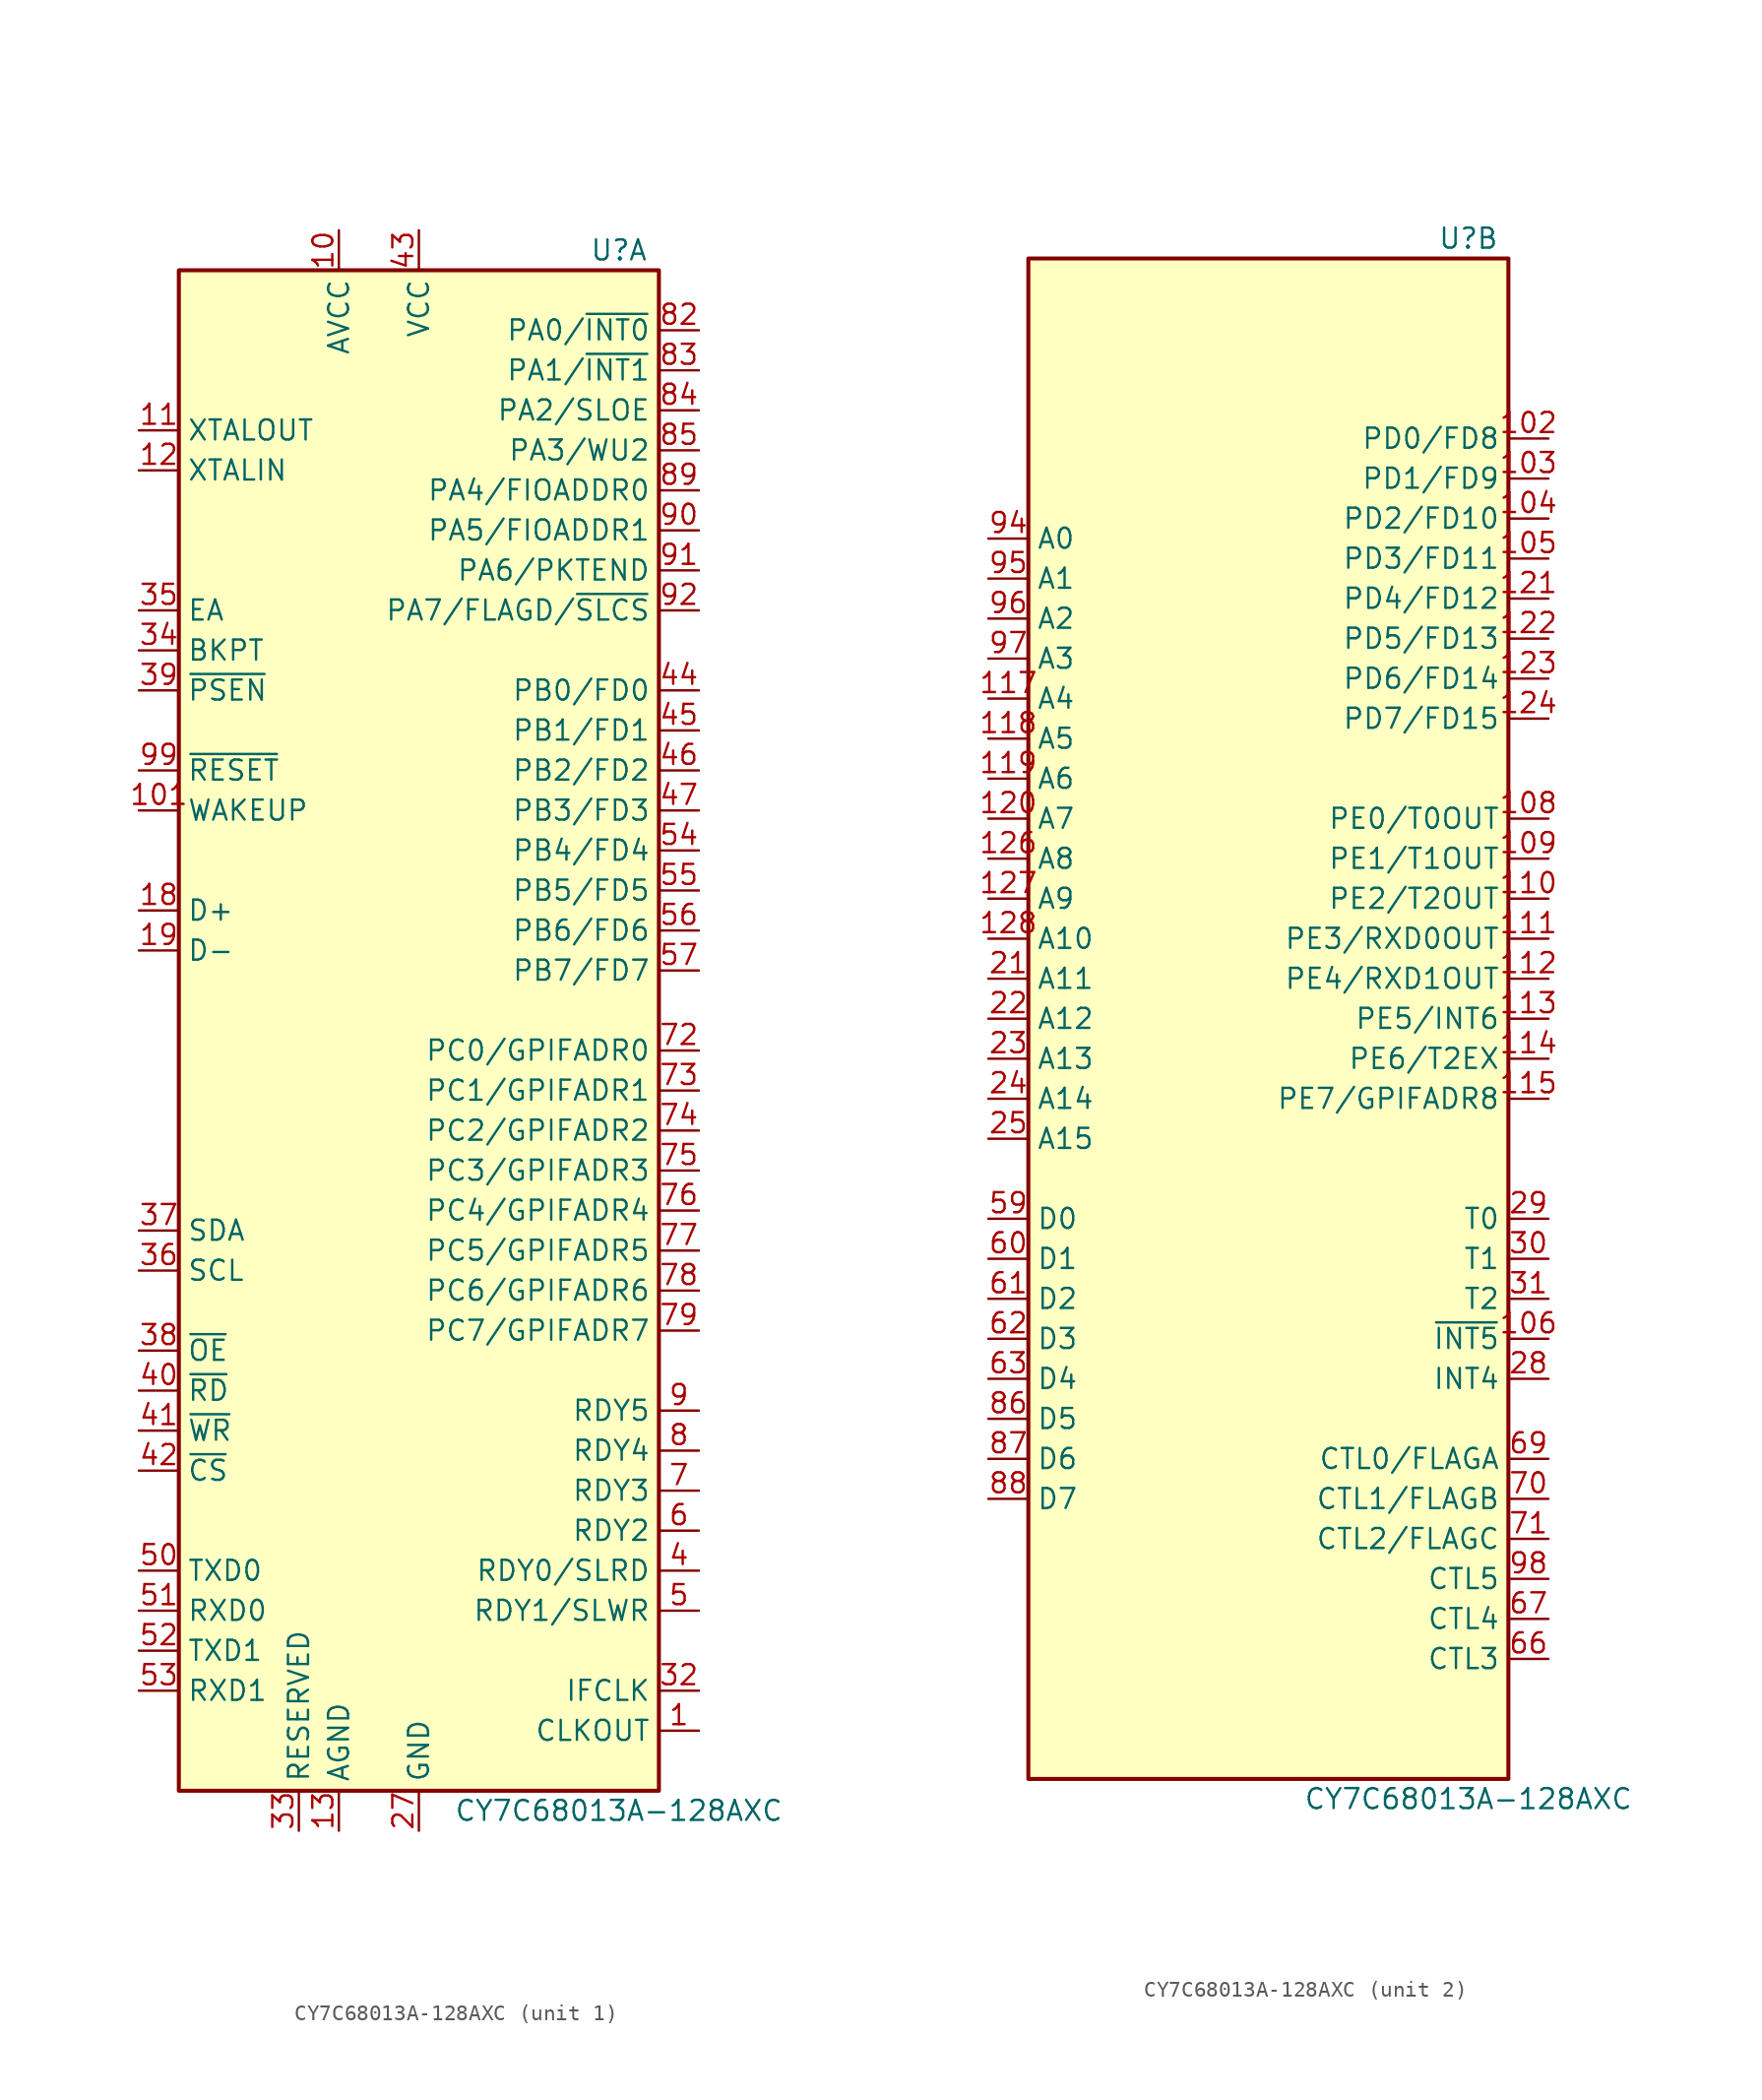
<source format=kicad_sym>
(kicad_symbol_lib
  (version 20220914)
  (generator kicad_symbol_editor)
  (symbol "CY7C68013A-128AXC"
    (property "Reference" "U"
      (at 11.43 50.8 0)
      (effects (font (size 1.27 1.27))))
    (property "Value" "CY7C68013A-128AXC"
      (at 11.43 -48.26 0)
      (effects (font (size 1.27 1.27))))
    (property "ki_locked" ""
      (at 0 0 0)
      (effects (font (size 1.27 1.27))))
    (symbol "CY7C68013A-128AXC_0_1"
      (rectangle (start -16.51 49.53) (end 13.97 -46.99) (stroke (width 0.254) (type default)) (fill (type background))))
    (symbol "CY7C68013A-128AXC_1_0"
      (pin power_in line (at -1.27 52.07 270) (length 2.54) hide (name "VCC" (effects (font (size 1.27 1.27)))) (number "100" (effects (font (size 1.27 1.27)))))
      (pin power_in line (at -1.27 52.07 270) (length 2.54) hide (name "VCC" (effects (font (size 1.27 1.27)))) (number "107" (effects (font (size 1.27 1.27)))))
      (pin passive line (at -1.27 -49.53 90) (length 2.54) hide (name "GND" (effects (font (size 1.27 1.27)))) (number "116" (effects (font (size 1.27 1.27)))))
      (pin passive line (at -1.27 -49.53 90) (length 2.54) hide (name "GND" (effects (font (size 1.27 1.27)))) (number "125" (effects (font (size 1.27 1.27)))))
      (pin no_connect line (at -19.05 1.27 0) (length 2.54) hide (name "NC" (effects (font (size 1.27 1.27)))) (number "14" (effects (font (size 1.27 1.27)))))
      (pin no_connect line (at -19.05 -1.27 0) (length 2.54) hide (name "NC" (effects (font (size 1.27 1.27)))) (number "15" (effects (font (size 1.27 1.27)))))
      (pin no_connect line (at -19.05 -3.81 0) (length 2.54) hide (name "NC" (effects (font (size 1.27 1.27)))) (number "16" (effects (font (size 1.27 1.27)))))
      (pin passive line (at -8.89 -49.53 90) (length 2.54) (name "RESERVED" (effects (font (size 1.27 1.27)))) (number "33" (effects (font (size 1.27 1.27)))))
      (pin output line (at -19.05 25.4 0) (length 2.54) (name "BKPT" (effects (font (size 1.27 1.27)))) (number "34" (effects (font (size 1.27 1.27)))))
      (pin input line (at -19.05 27.94 0) (length 2.54) (name "EA" (effects (font (size 1.27 1.27)))) (number "35" (effects (font (size 1.27 1.27)))))
      (pin output line (at -19.05 -19.05 0) (length 2.54) (name "~{OE}" (effects (font (size 1.27 1.27)))) (number "38" (effects (font (size 1.27 1.27)))))
      (pin output line (at -19.05 22.86 0) (length 2.54) (name "~{PSEN}" (effects (font (size 1.27 1.27)))) (number "39" (effects (font (size 1.27 1.27)))))
      (pin output line (at -19.05 -21.59 0) (length 2.54) (name "~{RD}" (effects (font (size 1.27 1.27)))) (number "40" (effects (font (size 1.27 1.27)))))
      (pin output line (at -19.05 -24.13 0) (length 2.54) (name "~{WR}" (effects (font (size 1.27 1.27)))) (number "41" (effects (font (size 1.27 1.27)))))
      (pin output line (at -19.05 -26.67 0) (length 2.54) (name "~{CS}" (effects (font (size 1.27 1.27)))) (number "42" (effects (font (size 1.27 1.27)))))
      (pin output line (at -19.05 -33.02 0) (length 2.54) (name "TXD0" (effects (font (size 1.27 1.27)))) (number "50" (effects (font (size 1.27 1.27)))))
      (pin input line (at -19.05 -35.56 0) (length 2.54) (name "RXD0" (effects (font (size 1.27 1.27)))) (number "51" (effects (font (size 1.27 1.27)))))
      (pin output line (at -19.05 -38.1 0) (length 2.54) (name "TXD1" (effects (font (size 1.27 1.27)))) (number "52" (effects (font (size 1.27 1.27)))))
      (pin input line (at -19.05 -40.64 0) (length 2.54) (name "RXD1" (effects (font (size 1.27 1.27)))) (number "53" (effects (font (size 1.27 1.27)))))
      (pin input line (at 16.51 -30.48 180) (length 2.54) (name "RDY2" (effects (font (size 1.27 1.27)))) (number "6" (effects (font (size 1.27 1.27)))))
      (pin passive line (at -1.27 -49.53 90) (length 2.54) hide (name "GND" (effects (font (size 1.27 1.27)))) (number "65" (effects (font (size 1.27 1.27)))))
      (pin input line (at 16.51 -27.94 180) (length 2.54) (name "RDY3" (effects (font (size 1.27 1.27)))) (number "7" (effects (font (size 1.27 1.27)))))
      (pin bidirectional line (at 16.51 0 180) (length 2.54) (name "PC0/GPIFADR0" (effects (font (size 1.27 1.27)))) (number "72" (effects (font (size 1.27 1.27)))))
      (pin bidirectional line (at 16.51 -2.54 180) (length 2.54) (name "PC1/GPIFADR1" (effects (font (size 1.27 1.27)))) (number "73" (effects (font (size 1.27 1.27)))))
      (pin bidirectional line (at 16.51 -5.08 180) (length 2.54) (name "PC2/GPIFADR2" (effects (font (size 1.27 1.27)))) (number "74" (effects (font (size 1.27 1.27)))))
      (pin bidirectional line (at 16.51 -7.62 180) (length 2.54) (name "PC3/GPIFADR3" (effects (font (size 1.27 1.27)))) (number "75" (effects (font (size 1.27 1.27)))))
      (pin bidirectional line (at 16.51 -10.16 180) (length 2.54) (name "PC4/GPIFADR4" (effects (font (size 1.27 1.27)))) (number "76" (effects (font (size 1.27 1.27)))))
      (pin bidirectional line (at 16.51 -12.7 180) (length 2.54) (name "PC5/GPIFADR5" (effects (font (size 1.27 1.27)))) (number "77" (effects (font (size 1.27 1.27)))))
      (pin bidirectional line (at 16.51 -15.24 180) (length 2.54) (name "PC6/GPIFADR6" (effects (font (size 1.27 1.27)))) (number "78" (effects (font (size 1.27 1.27)))))
      (pin bidirectional line (at 16.51 -17.78 180) (length 2.54) (name "PC7/GPIFADR7" (effects (font (size 1.27 1.27)))) (number "79" (effects (font (size 1.27 1.27)))))
      (pin input line (at 16.51 -25.4 180) (length 2.54) (name "RDY4" (effects (font (size 1.27 1.27)))) (number "8" (effects (font (size 1.27 1.27)))))
      (pin power_in line (at -1.27 52.07 270) (length 2.54) hide (name "VCC" (effects (font (size 1.27 1.27)))) (number "81" (effects (font (size 1.27 1.27)))))
      (pin input line (at 16.51 -22.86 180) (length 2.54) (name "RDY5" (effects (font (size 1.27 1.27)))) (number "9" (effects (font (size 1.27 1.27))))))
    (symbol "CY7C68013A-128AXC_1_1"
      (pin output line (at 16.51 -43.18 180) (length 2.54) (name "CLKOUT" (effects (font (size 1.27 1.27)))) (number "1" (effects (font (size 1.27 1.27)))))
      (pin power_in line (at -6.35 52.07 270) (length 2.54) (name "AVCC" (effects (font (size 1.27 1.27)))) (number "10" (effects (font (size 1.27 1.27)))))
      (pin input line (at -19.05 15.24 0) (length 2.54) (name "WAKEUP" (effects (font (size 1.27 1.27)))) (number "101" (effects (font (size 1.27 1.27)))))
      (pin output line (at -19.05 39.37 0) (length 2.54) (name "XTALOUT" (effects (font (size 1.27 1.27)))) (number "11" (effects (font (size 1.27 1.27)))))
      (pin input line (at -19.05 36.83 0) (length 2.54) (name "XTALIN" (effects (font (size 1.27 1.27)))) (number "12" (effects (font (size 1.27 1.27)))))
      (pin power_in line (at -6.35 -49.53 90) (length 2.54) (name "AGND" (effects (font (size 1.27 1.27)))) (number "13" (effects (font (size 1.27 1.27)))))
      (pin passive line (at -6.35 52.07 270) (length 2.54) hide (name "AVCC" (effects (font (size 1.27 1.27)))) (number "17" (effects (font (size 1.27 1.27)))))
      (pin bidirectional line (at -19.05 8.89 0) (length 2.54) (name "D+" (effects (font (size 1.27 1.27)))) (number "18" (effects (font (size 1.27 1.27)))))
      (pin bidirectional line (at -19.05 6.35 0) (length 2.54) (name "D-" (effects (font (size 1.27 1.27)))) (number "19" (effects (font (size 1.27 1.27)))))
      (pin power_in line (at -1.27 52.07 270) (length 2.54) hide (name "VCC" (effects (font (size 1.27 1.27)))) (number "2" (effects (font (size 1.27 1.27)))))
      (pin passive line (at -6.35 -49.53 90) (length 2.54) hide (name "AGND" (effects (font (size 1.27 1.27)))) (number "20" (effects (font (size 1.27 1.27)))))
      (pin power_in line (at -1.27 52.07 270) (length 2.54) hide (name "VCC" (effects (font (size 1.27 1.27)))) (number "26" (effects (font (size 1.27 1.27)))))
      (pin passive line (at -1.27 -49.53 90) (length 2.54) (name "GND" (effects (font (size 1.27 1.27)))) (number "27" (effects (font (size 1.27 1.27)))))
      (pin passive line (at -1.27 -49.53 90) (length 2.54) hide (name "GND" (effects (font (size 1.27 1.27)))) (number "3" (effects (font (size 1.27 1.27)))))
      (pin bidirectional line (at 16.51 -40.64 180) (length 2.54) (name "IFCLK" (effects (font (size 1.27 1.27)))) (number "32" (effects (font (size 1.27 1.27)))))
      (pin input line (at -19.05 -13.97 0) (length 2.54) (name "SCL" (effects (font (size 1.27 1.27)))) (number "36" (effects (font (size 1.27 1.27)))))
      (pin bidirectional line (at -19.05 -11.43 0) (length 2.54) (name "SDA" (effects (font (size 1.27 1.27)))) (number "37" (effects (font (size 1.27 1.27)))))
      (pin input line (at 16.51 -33.02 180) (length 2.54) (name "RDY0/SLRD" (effects (font (size 1.27 1.27)))) (number "4" (effects (font (size 1.27 1.27)))))
      (pin power_in line (at -1.27 52.07 270) (length 2.54) (name "VCC" (effects (font (size 1.27 1.27)))) (number "43" (effects (font (size 1.27 1.27)))))
      (pin bidirectional line (at 16.51 22.86 180) (length 2.54) (name "PB0/FD0" (effects (font (size 1.27 1.27)))) (number "44" (effects (font (size 1.27 1.27)))))
      (pin bidirectional line (at 16.51 20.32 180) (length 2.54) (name "PB1/FD1" (effects (font (size 1.27 1.27)))) (number "45" (effects (font (size 1.27 1.27)))))
      (pin bidirectional line (at 16.51 17.78 180) (length 2.54) (name "PB2/FD2" (effects (font (size 1.27 1.27)))) (number "46" (effects (font (size 1.27 1.27)))))
      (pin bidirectional line (at 16.51 15.24 180) (length 2.54) (name "PB3/FD3" (effects (font (size 1.27 1.27)))) (number "47" (effects (font (size 1.27 1.27)))))
      (pin power_in line (at -1.27 52.07 270) (length 2.54) hide (name "VCC" (effects (font (size 1.27 1.27)))) (number "48" (effects (font (size 1.27 1.27)))))
      (pin passive line (at -1.27 -49.53 90) (length 2.54) hide (name "GND" (effects (font (size 1.27 1.27)))) (number "49" (effects (font (size 1.27 1.27)))))
      (pin input line (at 16.51 -35.56 180) (length 2.54) (name "RDY1/SLWR" (effects (font (size 1.27 1.27)))) (number "5" (effects (font (size 1.27 1.27)))))
      (pin bidirectional line (at 16.51 12.7 180) (length 2.54) (name "PB4/FD4" (effects (font (size 1.27 1.27)))) (number "54" (effects (font (size 1.27 1.27)))))
      (pin bidirectional line (at 16.51 10.16 180) (length 2.54) (name "PB5/FD5" (effects (font (size 1.27 1.27)))) (number "55" (effects (font (size 1.27 1.27)))))
      (pin bidirectional line (at 16.51 7.62 180) (length 2.54) (name "PB6/FD6" (effects (font (size 1.27 1.27)))) (number "56" (effects (font (size 1.27 1.27)))))
      (pin bidirectional line (at 16.51 5.08 180) (length 2.54) (name "PB7/FD7" (effects (font (size 1.27 1.27)))) (number "57" (effects (font (size 1.27 1.27)))))
      (pin passive line (at -1.27 -49.53 90) (length 2.54) hide (name "GND" (effects (font (size 1.27 1.27)))) (number "58" (effects (font (size 1.27 1.27)))))
      (pin power_in line (at -1.27 52.07 270) (length 2.54) hide (name "VCC" (effects (font (size 1.27 1.27)))) (number "64" (effects (font (size 1.27 1.27)))))
      (pin power_in line (at -1.27 52.07 270) (length 2.54) hide (name "VCC" (effects (font (size 1.27 1.27)))) (number "68" (effects (font (size 1.27 1.27)))))
      (pin passive line (at -1.27 -49.53 90) (length 2.54) hide (name "GND" (effects (font (size 1.27 1.27)))) (number "80" (effects (font (size 1.27 1.27)))))
      (pin bidirectional line (at 16.51 45.72 180) (length 2.54) (name "PA0/~{INT0}" (effects (font (size 1.27 1.27)))) (number "82" (effects (font (size 1.27 1.27)))))
      (pin bidirectional line (at 16.51 43.18 180) (length 2.54) (name "PA1/~{INT1}" (effects (font (size 1.27 1.27)))) (number "83" (effects (font (size 1.27 1.27)))))
      (pin bidirectional line (at 16.51 40.64 180) (length 2.54) (name "PA2/SLOE" (effects (font (size 1.27 1.27)))) (number "84" (effects (font (size 1.27 1.27)))))
      (pin bidirectional line (at 16.51 38.1 180) (length 2.54) (name "PA3/WU2" (effects (font (size 1.27 1.27)))) (number "85" (effects (font (size 1.27 1.27)))))
      (pin bidirectional line (at 16.51 35.56 180) (length 2.54) (name "PA4/FIOADDR0" (effects (font (size 1.27 1.27)))) (number "89" (effects (font (size 1.27 1.27)))))
      (pin bidirectional line (at 16.51 33.02 180) (length 2.54) (name "PA5/FIOADDR1" (effects (font (size 1.27 1.27)))) (number "90" (effects (font (size 1.27 1.27)))))
      (pin bidirectional line (at 16.51 30.48 180) (length 2.54) (name "PA6/PKTEND" (effects (font (size 1.27 1.27)))) (number "91" (effects (font (size 1.27 1.27)))))
      (pin bidirectional line (at 16.51 27.94 180) (length 2.54) (name "PA7/FLAGD/~{SLCS}" (effects (font (size 1.27 1.27)))) (number "92" (effects (font (size 1.27 1.27)))))
      (pin passive line (at -1.27 -49.53 90) (length 2.54) hide (name "GND" (effects (font (size 1.27 1.27)))) (number "93" (effects (font (size 1.27 1.27)))))
      (pin input line (at -19.05 17.78 0) (length 2.54) (name "~{RESET}" (effects (font (size 1.27 1.27)))) (number "99" (effects (font (size 1.27 1.27))))))
    (symbol "CY7C68013A-128AXC_2_0"
      (pin input line (at 16.51 -19.05 180) (length 2.54) (name "~{INT5}" (effects (font (size 1.27 1.27)))) (number "106" (effects (font (size 1.27 1.27)))))
      (pin bidirectional line (at 16.51 13.97 180) (length 2.54) (name "PE0/T0OUT" (effects (font (size 1.27 1.27)))) (number "108" (effects (font (size 1.27 1.27)))))
      (pin bidirectional line (at 16.51 11.43 180) (length 2.54) (name "PE1/T1OUT" (effects (font (size 1.27 1.27)))) (number "109" (effects (font (size 1.27 1.27)))))
      (pin bidirectional line (at 16.51 8.89 180) (length 2.54) (name "PE2/T2OUT" (effects (font (size 1.27 1.27)))) (number "110" (effects (font (size 1.27 1.27)))))
      (pin bidirectional line (at 16.51 6.35 180) (length 2.54) (name "PE3/RXD0OUT" (effects (font (size 1.27 1.27)))) (number "111" (effects (font (size 1.27 1.27)))))
      (pin bidirectional line (at 16.51 3.81 180) (length 2.54) (name "PE4/RXD1OUT" (effects (font (size 1.27 1.27)))) (number "112" (effects (font (size 1.27 1.27)))))
      (pin bidirectional line (at 16.51 1.27 180) (length 2.54) (name "PE5/INT6" (effects (font (size 1.27 1.27)))) (number "113" (effects (font (size 1.27 1.27)))))
      (pin bidirectional line (at 16.51 -1.27 180) (length 2.54) (name "PE6/T2EX" (effects (font (size 1.27 1.27)))) (number "114" (effects (font (size 1.27 1.27)))))
      (pin bidirectional line (at 16.51 -3.81 180) (length 2.54) (name "PE7/GPIFADR8" (effects (font (size 1.27 1.27)))) (number "115" (effects (font (size 1.27 1.27)))))
      (pin output line (at -19.05 21.59 0) (length 2.54) (name "A4" (effects (font (size 1.27 1.27)))) (number "117" (effects (font (size 1.27 1.27)))))
      (pin output line (at -19.05 19.05 0) (length 2.54) (name "A5" (effects (font (size 1.27 1.27)))) (number "118" (effects (font (size 1.27 1.27)))))
      (pin output line (at -19.05 16.51 0) (length 2.54) (name "A6" (effects (font (size 1.27 1.27)))) (number "119" (effects (font (size 1.27 1.27)))))
      (pin output line (at -19.05 13.97 0) (length 2.54) (name "A7" (effects (font (size 1.27 1.27)))) (number "120" (effects (font (size 1.27 1.27)))))
      (pin output line (at -19.05 11.43 0) (length 2.54) (name "A8" (effects (font (size 1.27 1.27)))) (number "126" (effects (font (size 1.27 1.27)))))
      (pin output line (at -19.05 8.89 0) (length 2.54) (name "A9" (effects (font (size 1.27 1.27)))) (number "127" (effects (font (size 1.27 1.27)))))
      (pin output line (at -19.05 6.35 0) (length 2.54) (name "A10" (effects (font (size 1.27 1.27)))) (number "128" (effects (font (size 1.27 1.27)))))
      (pin output line (at -19.05 3.81 0) (length 2.54) (name "A11" (effects (font (size 1.27 1.27)))) (number "21" (effects (font (size 1.27 1.27)))))
      (pin output line (at -19.05 1.27 0) (length 2.54) (name "A12" (effects (font (size 1.27 1.27)))) (number "22" (effects (font (size 1.27 1.27)))))
      (pin output line (at -19.05 -1.27 0) (length 2.54) (name "A13" (effects (font (size 1.27 1.27)))) (number "23" (effects (font (size 1.27 1.27)))))
      (pin output line (at -19.05 -3.81 0) (length 2.54) (name "A14" (effects (font (size 1.27 1.27)))) (number "24" (effects (font (size 1.27 1.27)))))
      (pin output line (at -19.05 -6.35 0) (length 2.54) (name "A15" (effects (font (size 1.27 1.27)))) (number "25" (effects (font (size 1.27 1.27)))))
      (pin input line (at 16.51 -21.59 180) (length 2.54) (name "INT4" (effects (font (size 1.27 1.27)))) (number "28" (effects (font (size 1.27 1.27)))))
      (pin input line (at 16.51 -11.43 180) (length 2.54) (name "T0" (effects (font (size 1.27 1.27)))) (number "29" (effects (font (size 1.27 1.27)))))
      (pin input line (at 16.51 -13.97 180) (length 2.54) (name "T1" (effects (font (size 1.27 1.27)))) (number "30" (effects (font (size 1.27 1.27)))))
      (pin input line (at 16.51 -16.51 180) (length 2.54) (name "T2" (effects (font (size 1.27 1.27)))) (number "31" (effects (font (size 1.27 1.27)))))
      (pin bidirectional line (at -19.05 -11.43 0) (length 2.54) (name "D0" (effects (font (size 1.27 1.27)))) (number "59" (effects (font (size 1.27 1.27)))))
      (pin bidirectional line (at -19.05 -13.97 0) (length 2.54) (name "D1" (effects (font (size 1.27 1.27)))) (number "60" (effects (font (size 1.27 1.27)))))
      (pin bidirectional line (at -19.05 -16.51 0) (length 2.54) (name "D2" (effects (font (size 1.27 1.27)))) (number "61" (effects (font (size 1.27 1.27)))))
      (pin bidirectional line (at -19.05 -19.05 0) (length 2.54) (name "D3" (effects (font (size 1.27 1.27)))) (number "62" (effects (font (size 1.27 1.27)))))
      (pin bidirectional line (at -19.05 -21.59 0) (length 2.54) (name "D4" (effects (font (size 1.27 1.27)))) (number "63" (effects (font (size 1.27 1.27)))))
      (pin output line (at 16.51 -39.37 180) (length 2.54) (name "CTL3" (effects (font (size 1.27 1.27)))) (number "66" (effects (font (size 1.27 1.27)))))
      (pin output line (at 16.51 -36.83 180) (length 2.54) (name "CTL4" (effects (font (size 1.27 1.27)))) (number "67" (effects (font (size 1.27 1.27)))))
      (pin bidirectional line (at -19.05 -24.13 0) (length 2.54) (name "D5" (effects (font (size 1.27 1.27)))) (number "86" (effects (font (size 1.27 1.27)))))
      (pin bidirectional line (at -19.05 -26.67 0) (length 2.54) (name "D6" (effects (font (size 1.27 1.27)))) (number "87" (effects (font (size 1.27 1.27)))))
      (pin bidirectional line (at -19.05 -29.21 0) (length 2.54) (name "D7" (effects (font (size 1.27 1.27)))) (number "88" (effects (font (size 1.27 1.27)))))
      (pin output line (at -19.05 31.75 0) (length 2.54) (name "A0" (effects (font (size 1.27 1.27)))) (number "94" (effects (font (size 1.27 1.27)))))
      (pin output line (at -19.05 29.21 0) (length 2.54) (name "A1" (effects (font (size 1.27 1.27)))) (number "95" (effects (font (size 1.27 1.27)))))
      (pin output line (at -19.05 26.67 0) (length 2.54) (name "A2" (effects (font (size 1.27 1.27)))) (number "96" (effects (font (size 1.27 1.27)))))
      (pin output line (at -19.05 24.13 0) (length 2.54) (name "A3" (effects (font (size 1.27 1.27)))) (number "97" (effects (font (size 1.27 1.27)))))
      (pin output line (at 16.51 -34.29 180) (length 2.54) (name "CTL5" (effects (font (size 1.27 1.27)))) (number "98" (effects (font (size 1.27 1.27))))))
    (symbol "CY7C68013A-128AXC_2_1"
      (pin bidirectional line (at 16.51 38.1 180) (length 2.54) (name "PD0/FD8" (effects (font (size 1.27 1.27)))) (number "102" (effects (font (size 1.27 1.27)))))
      (pin bidirectional line (at 16.51 35.56 180) (length 2.54) (name "PD1/FD9" (effects (font (size 1.27 1.27)))) (number "103" (effects (font (size 1.27 1.27)))))
      (pin bidirectional line (at 16.51 33.02 180) (length 2.54) (name "PD2/FD10" (effects (font (size 1.27 1.27)))) (number "104" (effects (font (size 1.27 1.27)))))
      (pin bidirectional line (at 16.51 30.48 180) (length 2.54) (name "PD3/FD11" (effects (font (size 1.27 1.27)))) (number "105" (effects (font (size 1.27 1.27)))))
      (pin bidirectional line (at 16.51 27.94 180) (length 2.54) (name "PD4/FD12" (effects (font (size 1.27 1.27)))) (number "121" (effects (font (size 1.27 1.27)))))
      (pin bidirectional line (at 16.51 25.4 180) (length 2.54) (name "PD5/FD13" (effects (font (size 1.27 1.27)))) (number "122" (effects (font (size 1.27 1.27)))))
      (pin bidirectional line (at 16.51 22.86 180) (length 2.54) (name "PD6/FD14" (effects (font (size 1.27 1.27)))) (number "123" (effects (font (size 1.27 1.27)))))
      (pin bidirectional line (at 16.51 20.32 180) (length 2.54) (name "PD7/FD15" (effects (font (size 1.27 1.27)))) (number "124" (effects (font (size 1.27 1.27)))))
      (pin output line (at 16.51 -26.67 180) (length 2.54) (name "CTL0/FLAGA" (effects (font (size 1.27 1.27)))) (number "69" (effects (font (size 1.27 1.27)))))
      (pin output line (at 16.51 -29.21 180) (length 2.54) (name "CTL1/FLAGB" (effects (font (size 1.27 1.27)))) (number "70" (effects (font (size 1.27 1.27)))))
      (pin output line (at 16.51 -31.75 180) (length 2.54) (name "CTL2/FLAGC" (effects (font (size 1.27 1.27)))) (number "71" (effects (font (size 1.27 1.27))))))))
</source>
